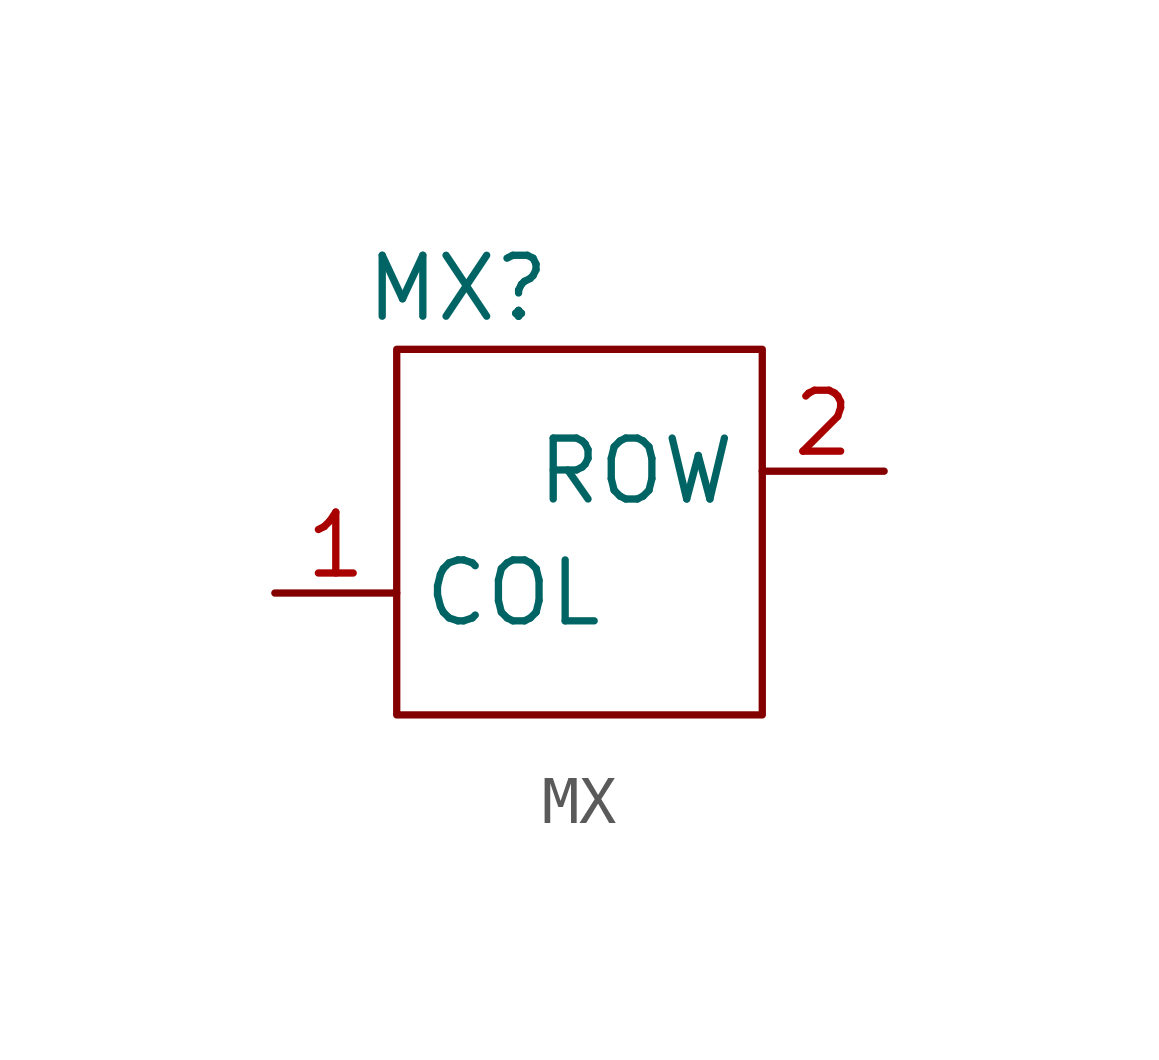
<source format=kicad_sym>
(kicad_symbol_lib
  (version 20211014)
  (generator kicad_symbol_editor)
  (symbol "MX"
    (property "Reference" "MX"
      (at -2.54 5.08 0)
      (effects (font (size 1.27 1.27))))
    (symbol "MX_0_1"
      (rectangle (start -3.81 3.81) (end 3.81 -3.81) (stroke (width 0) (type default) (color 0 0 0 0)) (fill (type none))))
    (symbol "MX_1_1"
      (pin input line (at -6.35 -1.27 0) (length 2.54) (name "COL" (effects (font (size 1.27 1.27)))) (number "1" (effects (font (size 1.27 1.27)))))
      (pin output line (at 6.35 1.27 180) (length 2.54) (name "ROW" (effects (font (size 1.27 1.27)))) (number "2" (effects (font (size 1.27 1.27))))))))
</source>
